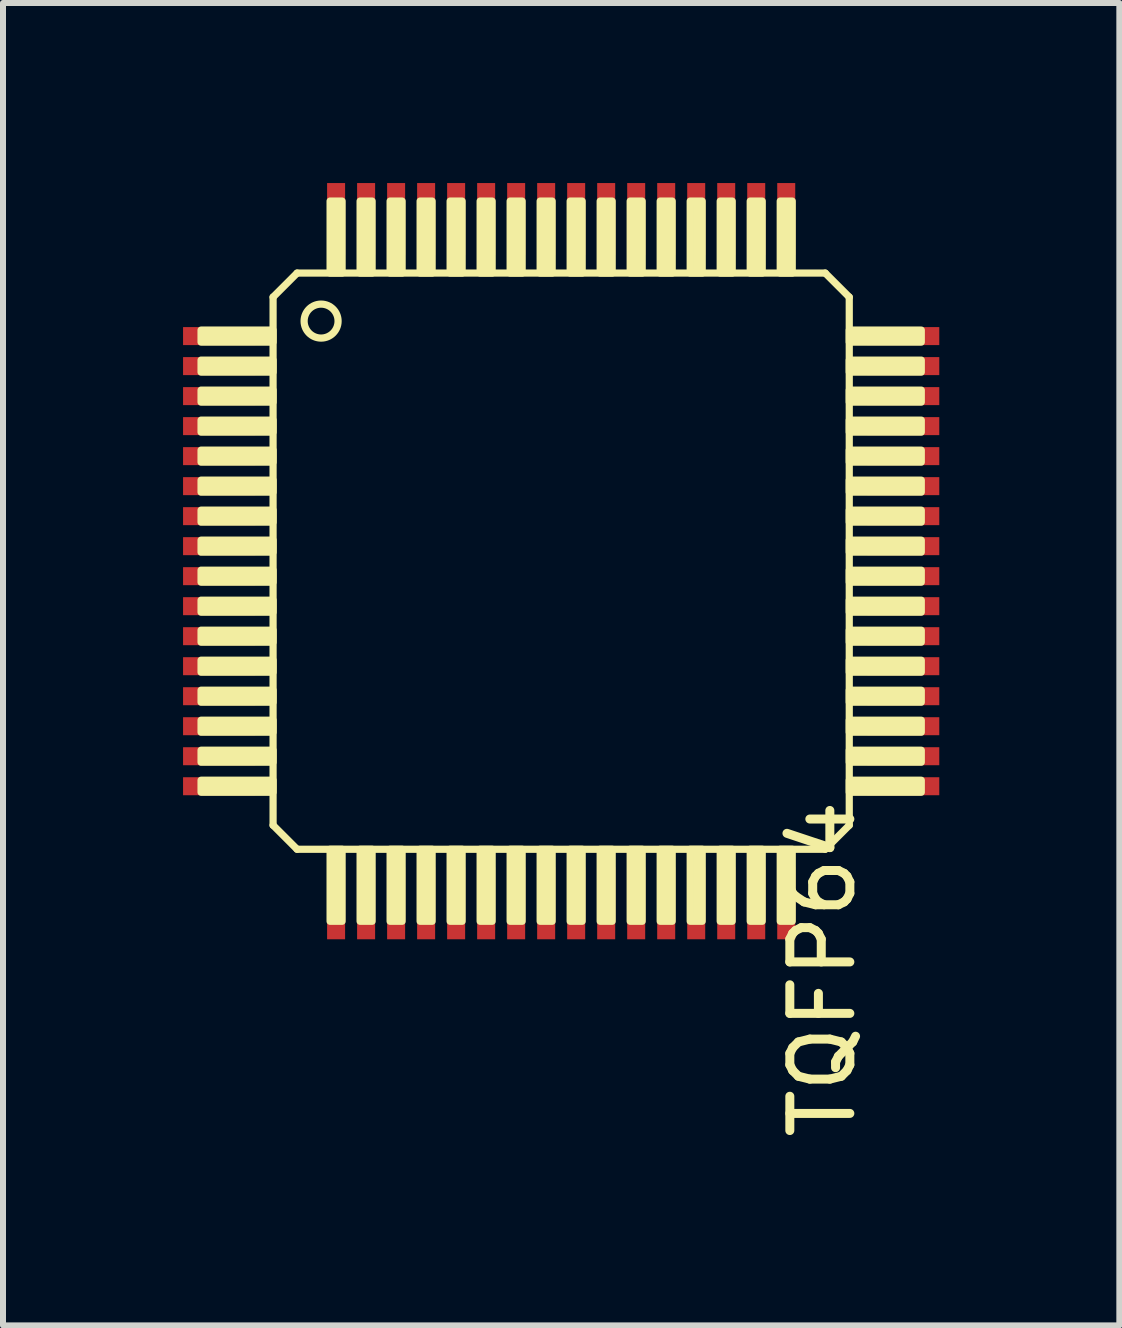
<source format=kicad_pcb>
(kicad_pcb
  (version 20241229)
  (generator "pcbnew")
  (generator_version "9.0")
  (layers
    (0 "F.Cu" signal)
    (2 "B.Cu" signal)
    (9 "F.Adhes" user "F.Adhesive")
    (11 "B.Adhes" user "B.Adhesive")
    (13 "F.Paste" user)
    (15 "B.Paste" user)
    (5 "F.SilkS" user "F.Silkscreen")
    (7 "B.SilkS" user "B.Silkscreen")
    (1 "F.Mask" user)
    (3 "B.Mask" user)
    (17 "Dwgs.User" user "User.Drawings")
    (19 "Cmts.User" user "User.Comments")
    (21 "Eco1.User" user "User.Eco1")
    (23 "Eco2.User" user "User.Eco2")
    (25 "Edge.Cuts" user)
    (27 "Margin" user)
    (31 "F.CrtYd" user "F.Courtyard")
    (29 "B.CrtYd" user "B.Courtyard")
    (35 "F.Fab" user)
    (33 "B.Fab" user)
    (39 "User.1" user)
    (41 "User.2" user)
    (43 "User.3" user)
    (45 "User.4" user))
  (footprint "TQFP64"
    (layer "F.Cu")
    (at 6.3 6.3)
    (property "Reference" "TQFP64" (at 4.94 3.912 90) (layer "F.SilkS") (effects (font (size 1 1) (thickness 0.15)) (justify right bottom)))
    (attr through_hole)
    (fp_line (start -4.8 -4.4) (end -4.4 -4.8) (stroke (width 0.12) (type solid)) (layer "F.SilkS"))
    (fp_line (start -4.8 4.4) (end -4.8 -4.4) (stroke (width 0.12) (type solid)) (layer "F.SilkS"))
    (fp_line (start -4.4 -4.8) (end 4.4 -4.8) (stroke (width 0.12) (type solid)) (layer "F.SilkS"))
    (fp_line (start -4.4 4.8) (end -4.8 4.4) (stroke (width 0.12) (type solid)) (layer "F.SilkS"))
    (fp_line (start 4.4 -4.8) (end 4.8 -4.4) (stroke (width 0.12) (type solid)) (layer "F.SilkS"))
    (fp_line (start 4.4 4.8) (end -4.4 4.8) (stroke (width 0.12) (type solid)) (layer "F.SilkS"))
    (fp_line (start 4.8 -4.4) (end 4.8 4.4) (stroke (width 0.12) (type solid)) (layer "F.SilkS"))
    (fp_line (start 4.8 4.4) (end 4.4 4.8) (stroke (width 0.12) (type solid)) (layer "F.SilkS"))
    (fp_circle (center -4 -4) (end -3.717 -4) (stroke (width 0.12) (type solid)) (fill no) (layer "F.SilkS"))
    (fp_poly (pts (xy -6 -3.65) (xy -4.8 -3.65) (xy -4.8 -3.85) (xy -6 -3.85)) (stroke (width 0.12) (type solid)) (fill yes) (layer "F.SilkS"))
    (fp_poly (pts (xy -6 -3.15) (xy -4.8 -3.15) (xy -4.8 -3.35) (xy -6 -3.35)) (stroke (width 0.12) (type solid)) (fill yes) (layer "F.SilkS"))
    (fp_poly (pts (xy -6 -2.65) (xy -4.8 -2.65) (xy -4.8 -2.85) (xy -6 -2.85)) (stroke (width 0.12) (type solid)) (fill yes) (layer "F.SilkS"))
    (fp_poly (pts (xy -6 -2.15) (xy -4.8 -2.15) (xy -4.8 -2.35) (xy -6 -2.35)) (stroke (width 0.12) (type solid)) (fill yes) (layer "F.SilkS"))
    (fp_poly (pts (xy -6 -1.65) (xy -4.8 -1.65) (xy -4.8 -1.85) (xy -6 -1.85)) (stroke (width 0.12) (type solid)) (fill yes) (layer "F.SilkS"))
    (fp_poly (pts (xy -6 -1.15) (xy -4.8 -1.15) (xy -4.8 -1.35) (xy -6 -1.35)) (stroke (width 0.12) (type solid)) (fill yes) (layer "F.SilkS"))
    (fp_poly (pts (xy -6 -0.65) (xy -4.8 -0.65) (xy -4.8 -0.85) (xy -6 -0.85)) (stroke (width 0.12) (type solid)) (fill yes) (layer "F.SilkS"))
    (fp_poly (pts (xy -6 -0.15) (xy -4.8 -0.15) (xy -4.8 -0.35) (xy -6 -0.35)) (stroke (width 0.12) (type solid)) (fill yes) (layer "F.SilkS"))
    (fp_poly (pts (xy -6 0.35) (xy -4.8 0.35) (xy -4.8 0.15) (xy -6 0.15)) (stroke (width 0.12) (type solid)) (fill yes) (layer "F.SilkS"))
    (fp_poly (pts (xy -6 0.85) (xy -4.8 0.85) (xy -4.8 0.65) (xy -6 0.65)) (stroke (width 0.12) (type solid)) (fill yes) (layer "F.SilkS"))
    (fp_poly (pts (xy -6 1.35) (xy -4.8 1.35) (xy -4.8 1.15) (xy -6 1.15)) (stroke (width 0.12) (type solid)) (fill yes) (layer "F.SilkS"))
    (fp_poly (pts (xy -6 1.85) (xy -4.8 1.85) (xy -4.8 1.65) (xy -6 1.65)) (stroke (width 0.12) (type solid)) (fill yes) (layer "F.SilkS"))
    (fp_poly (pts (xy -6 2.35) (xy -4.8 2.35) (xy -4.8 2.15) (xy -6 2.15)) (stroke (width 0.12) (type solid)) (fill yes) (layer "F.SilkS"))
    (fp_poly (pts (xy -6 2.85) (xy -4.8 2.85) (xy -4.8 2.65) (xy -6 2.65)) (stroke (width 0.12) (type solid)) (fill yes) (layer "F.SilkS"))
    (fp_poly (pts (xy -6 3.35) (xy -4.8 3.35) (xy -4.8 3.15) (xy -6 3.15)) (stroke (width 0.12) (type solid)) (fill yes) (layer "F.SilkS"))
    (fp_poly (pts (xy -6 3.85) (xy -4.8 3.85) (xy -4.8 3.65) (xy -6 3.65)) (stroke (width 0.12) (type solid)) (fill yes) (layer "F.SilkS"))
    (fp_poly (pts (xy -3.85 -4.8) (xy -3.65 -4.8) (xy -3.65 -6) (xy -3.85 -6)) (stroke (width 0.12) (type solid)) (fill yes) (layer "F.SilkS"))
    (fp_poly (pts (xy -3.85 6) (xy -3.65 6) (xy -3.65 4.8) (xy -3.85 4.8)) (stroke (width 0.12) (type solid)) (fill yes) (layer "F.SilkS"))
    (fp_poly (pts (xy -3.35 -4.8) (xy -3.15 -4.8) (xy -3.15 -6) (xy -3.35 -6)) (stroke (width 0.12) (type solid)) (fill yes) (layer "F.SilkS"))
    (fp_poly (pts (xy -3.35 6) (xy -3.15 6) (xy -3.15 4.8) (xy -3.35 4.8)) (stroke (width 0.12) (type solid)) (fill yes) (layer "F.SilkS"))
    (fp_poly (pts (xy -2.85 -4.8) (xy -2.65 -4.8) (xy -2.65 -6) (xy -2.85 -6)) (stroke (width 0.12) (type solid)) (fill yes) (layer "F.SilkS"))
    (fp_poly (pts (xy -2.85 6) (xy -2.65 6) (xy -2.65 4.8) (xy -2.85 4.8)) (stroke (width 0.12) (type solid)) (fill yes) (layer "F.SilkS"))
    (fp_poly (pts (xy -2.35 -4.8) (xy -2.15 -4.8) (xy -2.15 -6) (xy -2.35 -6)) (stroke (width 0.12) (type solid)) (fill yes) (layer "F.SilkS"))
    (fp_poly (pts (xy -2.35 6) (xy -2.15 6) (xy -2.15 4.8) (xy -2.35 4.8)) (stroke (width 0.12) (type solid)) (fill yes) (layer "F.SilkS"))
    (fp_poly (pts (xy -1.85 -4.8) (xy -1.65 -4.8) (xy -1.65 -6) (xy -1.85 -6)) (stroke (width 0.12) (type solid)) (fill yes) (layer "F.SilkS"))
    (fp_poly (pts (xy -1.85 6) (xy -1.65 6) (xy -1.65 4.8) (xy -1.85 4.8)) (stroke (width 0.12) (type solid)) (fill yes) (layer "F.SilkS"))
    (fp_poly (pts (xy -1.35 -4.8) (xy -1.15 -4.8) (xy -1.15 -6) (xy -1.35 -6)) (stroke (width 0.12) (type solid)) (fill yes) (layer "F.SilkS"))
    (fp_poly (pts (xy -1.35 6) (xy -1.15 6) (xy -1.15 4.8) (xy -1.35 4.8)) (stroke (width 0.12) (type solid)) (fill yes) (layer "F.SilkS"))
    (fp_poly (pts (xy -0.85 -4.8) (xy -0.65 -4.8) (xy -0.65 -6) (xy -0.85 -6)) (stroke (width 0.12) (type solid)) (fill yes) (layer "F.SilkS"))
    (fp_poly (pts (xy -0.85 6) (xy -0.65 6) (xy -0.65 4.8) (xy -0.85 4.8)) (stroke (width 0.12) (type solid)) (fill yes) (layer "F.SilkS"))
    (fp_poly (pts (xy -0.35 -4.8) (xy -0.15 -4.8) (xy -0.15 -6) (xy -0.35 -6)) (stroke (width 0.12) (type solid)) (fill yes) (layer "F.SilkS"))
    (fp_poly (pts (xy -0.35 6) (xy -0.15 6) (xy -0.15 4.8) (xy -0.35 4.8)) (stroke (width 0.12) (type solid)) (fill yes) (layer "F.SilkS"))
    (fp_poly (pts (xy 0.15 -4.8) (xy 0.35 -4.8) (xy 0.35 -6) (xy 0.15 -6)) (stroke (width 0.12) (type solid)) (fill yes) (layer "F.SilkS"))
    (fp_poly (pts (xy 0.15 6) (xy 0.35 6) (xy 0.35 4.8) (xy 0.15 4.8)) (stroke (width 0.12) (type solid)) (fill yes) (layer "F.SilkS"))
    (fp_poly (pts (xy 0.65 -4.8) (xy 0.85 -4.8) (xy 0.85 -6) (xy 0.65 -6)) (stroke (width 0.12) (type solid)) (fill yes) (layer "F.SilkS"))
    (fp_poly (pts (xy 0.65 6) (xy 0.85 6) (xy 0.85 4.8) (xy 0.65 4.8)) (stroke (width 0.12) (type solid)) (fill yes) (layer "F.SilkS"))
    (fp_poly (pts (xy 1.15 -4.8) (xy 1.35 -4.8) (xy 1.35 -6) (xy 1.15 -6)) (stroke (width 0.12) (type solid)) (fill yes) (layer "F.SilkS"))
    (fp_poly (pts (xy 1.15 6) (xy 1.35 6) (xy 1.35 4.8) (xy 1.15 4.8)) (stroke (width 0.12) (type solid)) (fill yes) (layer "F.SilkS"))
    (fp_poly (pts (xy 1.65 -4.8) (xy 1.85 -4.8) (xy 1.85 -6) (xy 1.65 -6)) (stroke (width 0.12) (type solid)) (fill yes) (layer "F.SilkS"))
    (fp_poly (pts (xy 1.65 6) (xy 1.85 6) (xy 1.85 4.8) (xy 1.65 4.8)) (stroke (width 0.12) (type solid)) (fill yes) (layer "F.SilkS"))
    (fp_poly (pts (xy 2.15 -4.8) (xy 2.35 -4.8) (xy 2.35 -6) (xy 2.15 -6)) (stroke (width 0.12) (type solid)) (fill yes) (layer "F.SilkS"))
    (fp_poly (pts (xy 2.15 6) (xy 2.35 6) (xy 2.35 4.8) (xy 2.15 4.8)) (stroke (width 0.12) (type solid)) (fill yes) (layer "F.SilkS"))
    (fp_poly (pts (xy 2.65 -4.8) (xy 2.85 -4.8) (xy 2.85 -6) (xy 2.65 -6)) (stroke (width 0.12) (type solid)) (fill yes) (layer "F.SilkS"))
    (fp_poly (pts (xy 2.65 6) (xy 2.85 6) (xy 2.85 4.8) (xy 2.65 4.8)) (stroke (width 0.12) (type solid)) (fill yes) (layer "F.SilkS"))
    (fp_poly (pts (xy 3.15 -4.8) (xy 3.35 -4.8) (xy 3.35 -6) (xy 3.15 -6)) (stroke (width 0.12) (type solid)) (fill yes) (layer "F.SilkS"))
    (fp_poly (pts (xy 3.15 6) (xy 3.35 6) (xy 3.35 4.8) (xy 3.15 4.8)) (stroke (width 0.12) (type solid)) (fill yes) (layer "F.SilkS"))
    (fp_poly (pts (xy 3.65 -4.8) (xy 3.85 -4.8) (xy 3.85 -6) (xy 3.65 -6)) (stroke (width 0.12) (type solid)) (fill yes) (layer "F.SilkS"))
    (fp_poly (pts (xy 3.65 6) (xy 3.85 6) (xy 3.85 4.8) (xy 3.65 4.8)) (stroke (width 0.12) (type solid)) (fill yes) (layer "F.SilkS"))
    (fp_poly (pts (xy 4.8 -3.65) (xy 6 -3.65) (xy 6 -3.85) (xy 4.8 -3.85)) (stroke (width 0.12) (type solid)) (fill yes) (layer "F.SilkS"))
    (fp_poly (pts (xy 4.8 -3.15) (xy 6 -3.15) (xy 6 -3.35) (xy 4.8 -3.35)) (stroke (width 0.12) (type solid)) (fill yes) (layer "F.SilkS"))
    (fp_poly (pts (xy 4.8 -2.65) (xy 6 -2.65) (xy 6 -2.85) (xy 4.8 -2.85)) (stroke (width 0.12) (type solid)) (fill yes) (layer "F.SilkS"))
    (fp_poly (pts (xy 4.8 -2.15) (xy 6 -2.15) (xy 6 -2.35) (xy 4.8 -2.35)) (stroke (width 0.12) (type solid)) (fill yes) (layer "F.SilkS"))
    (fp_poly (pts (xy 4.8 -1.65) (xy 6 -1.65) (xy 6 -1.85) (xy 4.8 -1.85)) (stroke (width 0.12) (type solid)) (fill yes) (layer "F.SilkS"))
    (fp_poly (pts (xy 4.8 -1.15) (xy 6 -1.15) (xy 6 -1.35) (xy 4.8 -1.35)) (stroke (width 0.12) (type solid)) (fill yes) (layer "F.SilkS"))
    (fp_poly (pts (xy 4.8 -0.65) (xy 6 -0.65) (xy 6 -0.85) (xy 4.8 -0.85)) (stroke (width 0.12) (type solid)) (fill yes) (layer "F.SilkS"))
    (fp_poly (pts (xy 4.8 -0.15) (xy 6 -0.15) (xy 6 -0.35) (xy 4.8 -0.35)) (stroke (width 0.12) (type solid)) (fill yes) (layer "F.SilkS"))
    (fp_poly (pts (xy 4.8 0.35) (xy 6 0.35) (xy 6 0.15) (xy 4.8 0.15)) (stroke (width 0.12) (type solid)) (fill yes) (layer "F.SilkS"))
    (fp_poly (pts (xy 4.8 0.85) (xy 6 0.85) (xy 6 0.65) (xy 4.8 0.65)) (stroke (width 0.12) (type solid)) (fill yes) (layer "F.SilkS"))
    (fp_poly (pts (xy 4.8 1.35) (xy 6 1.35) (xy 6 1.15) (xy 4.8 1.15)) (stroke (width 0.12) (type solid)) (fill yes) (layer "F.SilkS"))
    (fp_poly (pts (xy 4.8 1.85) (xy 6 1.85) (xy 6 1.65) (xy 4.8 1.65)) (stroke (width 0.12) (type solid)) (fill yes) (layer "F.SilkS"))
    (fp_poly (pts (xy 4.8 2.35) (xy 6 2.35) (xy 6 2.15) (xy 4.8 2.15)) (stroke (width 0.12) (type solid)) (fill yes) (layer "F.SilkS"))
    (fp_poly (pts (xy 4.8 2.85) (xy 6 2.85) (xy 6 2.65) (xy 4.8 2.65)) (stroke (width 0.12) (type solid)) (fill yes) (layer "F.SilkS"))
    (fp_poly (pts (xy 4.8 3.35) (xy 6 3.35) (xy 6 3.15) (xy 4.8 3.15)) (stroke (width 0.12) (type solid)) (fill yes) (layer "F.SilkS"))
    (fp_poly (pts (xy 4.8 3.85) (xy 6 3.85) (xy 6 3.65) (xy 4.8 3.65)) (stroke (width 0.12) (type solid)) (fill yes) (layer "F.SilkS"))
    (pad "1" smd rect (at -5.7 -3.75) (size 1.2 0.3) (layers "F.Cu" "F.Mask" "F.Paste"))
    (pad "2" smd rect (at -5.7 -3.25) (size 1.2 0.3) (layers "F.Cu" "F.Mask" "F.Paste"))
    (pad "3" smd rect (at -5.7 -2.75) (size 1.2 0.3) (layers "F.Cu" "F.Mask" "F.Paste"))
    (pad "4" smd rect (at -5.7 -2.25) (size 1.2 0.3) (layers "F.Cu" "F.Mask" "F.Paste"))
    (pad "5" smd rect (at -5.7 -1.75) (size 1.2 0.3) (layers "F.Cu" "F.Mask" "F.Paste"))
    (pad "6" smd rect (at -5.7 -1.25) (size 1.2 0.3) (layers "F.Cu" "F.Mask" "F.Paste"))
    (pad "7" smd rect (at -5.7 -0.75) (size 1.2 0.3) (layers "F.Cu" "F.Mask" "F.Paste"))
    (pad "8" smd rect (at -5.7 -0.25) (size 1.2 0.3) (layers "F.Cu" "F.Mask" "F.Paste"))
    (pad "9" smd rect (at -5.7 0.25) (size 1.2 0.3) (layers "F.Cu" "F.Mask" "F.Paste"))
    (pad "10" smd rect (at -5.7 0.75) (size 1.2 0.3) (layers "F.Cu" "F.Mask" "F.Paste"))
    (pad "11" smd rect (at -5.7 1.25) (size 1.2 0.3) (layers "F.Cu" "F.Mask" "F.Paste"))
    (pad "12" smd rect (at -5.7 1.75) (size 1.2 0.3) (layers "F.Cu" "F.Mask" "F.Paste"))
    (pad "13" smd rect (at -5.7 2.25) (size 1.2 0.3) (layers "F.Cu" "F.Mask" "F.Paste"))
    (pad "14" smd rect (at -5.7 2.75) (size 1.2 0.3) (layers "F.Cu" "F.Mask" "F.Paste"))
    (pad "15" smd rect (at -5.7 3.25) (size 1.2 0.3) (layers "F.Cu" "F.Mask" "F.Paste"))
    (pad "16" smd rect (at -5.7 3.75) (size 1.2 0.3) (layers "F.Cu" "F.Mask" "F.Paste"))
    (pad "17" smd rect (at -3.75 5.7) (size 0.3 1.2) (layers "F.Cu" "F.Mask" "F.Paste"))
    (pad "18" smd rect (at -3.25 5.7) (size 0.3 1.2) (layers "F.Cu" "F.Mask" "F.Paste"))
    (pad "19" smd rect (at -2.75 5.7) (size 0.3 1.2) (layers "F.Cu" "F.Mask" "F.Paste"))
    (pad "20" smd rect (at -2.25 5.7) (size 0.3 1.2) (layers "F.Cu" "F.Mask" "F.Paste"))
    (pad "21" smd rect (at -1.75 5.7) (size 0.3 1.2) (layers "F.Cu" "F.Mask" "F.Paste"))
    (pad "22" smd rect (at -1.25 5.7) (size 0.3 1.2) (layers "F.Cu" "F.Mask" "F.Paste"))
    (pad "23" smd rect (at -0.75 5.7) (size 0.3 1.2) (layers "F.Cu" "F.Mask" "F.Paste"))
    (pad "24" smd rect (at -0.25 5.7) (size 0.3 1.2) (layers "F.Cu" "F.Mask" "F.Paste"))
    (pad "25" smd rect (at 0.25 5.7) (size 0.3 1.2) (layers "F.Cu" "F.Mask" "F.Paste"))
    (pad "26" smd rect (at 0.75 5.7) (size 0.3 1.2) (layers "F.Cu" "F.Mask" "F.Paste"))
    (pad "27" smd rect (at 1.25 5.7) (size 0.3 1.2) (layers "F.Cu" "F.Mask" "F.Paste"))
    (pad "28" smd rect (at 1.75 5.7) (size 0.3 1.2) (layers "F.Cu" "F.Mask" "F.Paste"))
    (pad "29" smd rect (at 2.25 5.7) (size 0.3 1.2) (layers "F.Cu" "F.Mask" "F.Paste"))
    (pad "30" smd rect (at 2.75 5.7) (size 0.3 1.2) (layers "F.Cu" "F.Mask" "F.Paste"))
    (pad "31" smd rect (at 3.25 5.7) (size 0.3 1.2) (layers "F.Cu" "F.Mask" "F.Paste"))
    (pad "32" smd rect (at 3.75 5.7) (size 0.3 1.2) (layers "F.Cu" "F.Mask" "F.Paste"))
    (pad "33" smd rect (at 5.7 3.75) (size 1.2 0.3) (layers "F.Cu" "F.Mask" "F.Paste"))
    (pad "34" smd rect (at 5.7 3.25) (size 1.2 0.3) (layers "F.Cu" "F.Mask" "F.Paste"))
    (pad "35" smd rect (at 5.7 2.75) (size 1.2 0.3) (layers "F.Cu" "F.Mask" "F.Paste"))
    (pad "36" smd rect (at 5.7 2.25) (size 1.2 0.3) (layers "F.Cu" "F.Mask" "F.Paste"))
    (pad "37" smd rect (at 5.7 1.75) (size 1.2 0.3) (layers "F.Cu" "F.Mask" "F.Paste"))
    (pad "38" smd rect (at 5.7 1.25) (size 1.2 0.3) (layers "F.Cu" "F.Mask" "F.Paste"))
    (pad "39" smd rect (at 5.7 0.75) (size 1.2 0.3) (layers "F.Cu" "F.Mask" "F.Paste"))
    (pad "40" smd rect (at 5.7 0.25) (size 1.2 0.3) (layers "F.Cu" "F.Mask" "F.Paste"))
    (pad "41" smd rect (at 5.7 -0.25) (size 1.2 0.3) (layers "F.Cu" "F.Mask" "F.Paste"))
    (pad "42" smd rect (at 5.7 -0.75) (size 1.2 0.3) (layers "F.Cu" "F.Mask" "F.Paste"))
    (pad "43" smd rect (at 5.7 -1.25) (size 1.2 0.3) (layers "F.Cu" "F.Mask" "F.Paste"))
    (pad "44" smd rect (at 5.7 -1.75) (size 1.2 0.3) (layers "F.Cu" "F.Mask" "F.Paste"))
    (pad "45" smd rect (at 5.7 -2.25) (size 1.2 0.3) (layers "F.Cu" "F.Mask" "F.Paste"))
    (pad "46" smd rect (at 5.7 -2.75) (size 1.2 0.3) (layers "F.Cu" "F.Mask" "F.Paste"))
    (pad "47" smd rect (at 5.7 -3.25) (size 1.2 0.3) (layers "F.Cu" "F.Mask" "F.Paste"))
    (pad "48" smd rect (at 5.7 -3.75) (size 1.2 0.3) (layers "F.Cu" "F.Mask" "F.Paste"))
    (pad "49" smd rect (at 3.75 -5.7) (size 0.3 1.2) (layers "F.Cu" "F.Mask" "F.Paste"))
    (pad "50" smd rect (at 3.25 -5.7) (size 0.3 1.2) (layers "F.Cu" "F.Mask" "F.Paste"))
    (pad "51" smd rect (at 2.75 -5.7) (size 0.3 1.2) (layers "F.Cu" "F.Mask" "F.Paste"))
    (pad "52" smd rect (at 2.25 -5.7) (size 0.3 1.2) (layers "F.Cu" "F.Mask" "F.Paste"))
    (pad "53" smd rect (at 1.75 -5.7) (size 0.3 1.2) (layers "F.Cu" "F.Mask" "F.Paste"))
    (pad "54" smd rect (at 1.25 -5.7) (size 0.3 1.2) (layers "F.Cu" "F.Mask" "F.Paste"))
    (pad "55" smd rect (at 0.75 -5.7) (size 0.3 1.2) (layers "F.Cu" "F.Mask" "F.Paste"))
    (pad "56" smd rect (at 0.25 -5.7) (size 0.3 1.2) (layers "F.Cu" "F.Mask" "F.Paste"))
    (pad "57" smd rect (at -0.25 -5.7) (size 0.3 1.2) (layers "F.Cu" "F.Mask" "F.Paste"))
    (pad "58" smd rect (at -0.75 -5.7) (size 0.3 1.2) (layers "F.Cu" "F.Mask" "F.Paste"))
    (pad "59" smd rect (at -1.25 -5.7) (size 0.3 1.2) (layers "F.Cu" "F.Mask" "F.Paste"))
    (pad "60" smd rect (at -1.75 -5.7) (size 0.3 1.2) (layers "F.Cu" "F.Mask" "F.Paste"))
    (pad "61" smd rect (at -2.25 -5.7) (size 0.3 1.2) (layers "F.Cu" "F.Mask" "F.Paste"))
    (pad "62" smd rect (at -2.75 -5.7) (size 0.3 1.2) (layers "F.Cu" "F.Mask" "F.Paste"))
    (pad "63" smd rect (at -3.25 -5.7) (size 0.3 1.2) (layers "F.Cu" "F.Mask" "F.Paste"))
    (pad "64" smd rect (at -3.75 -5.7) (size 0.3 1.2) (layers "F.Cu" "F.Mask" "F.Paste")))
  (gr_rect
    (start -3 -3)
    (end 15.6 19.033)
    (stroke (width 0.1) (type default))
    (fill no)
    (layer "Edge.Cuts")))
</source>
